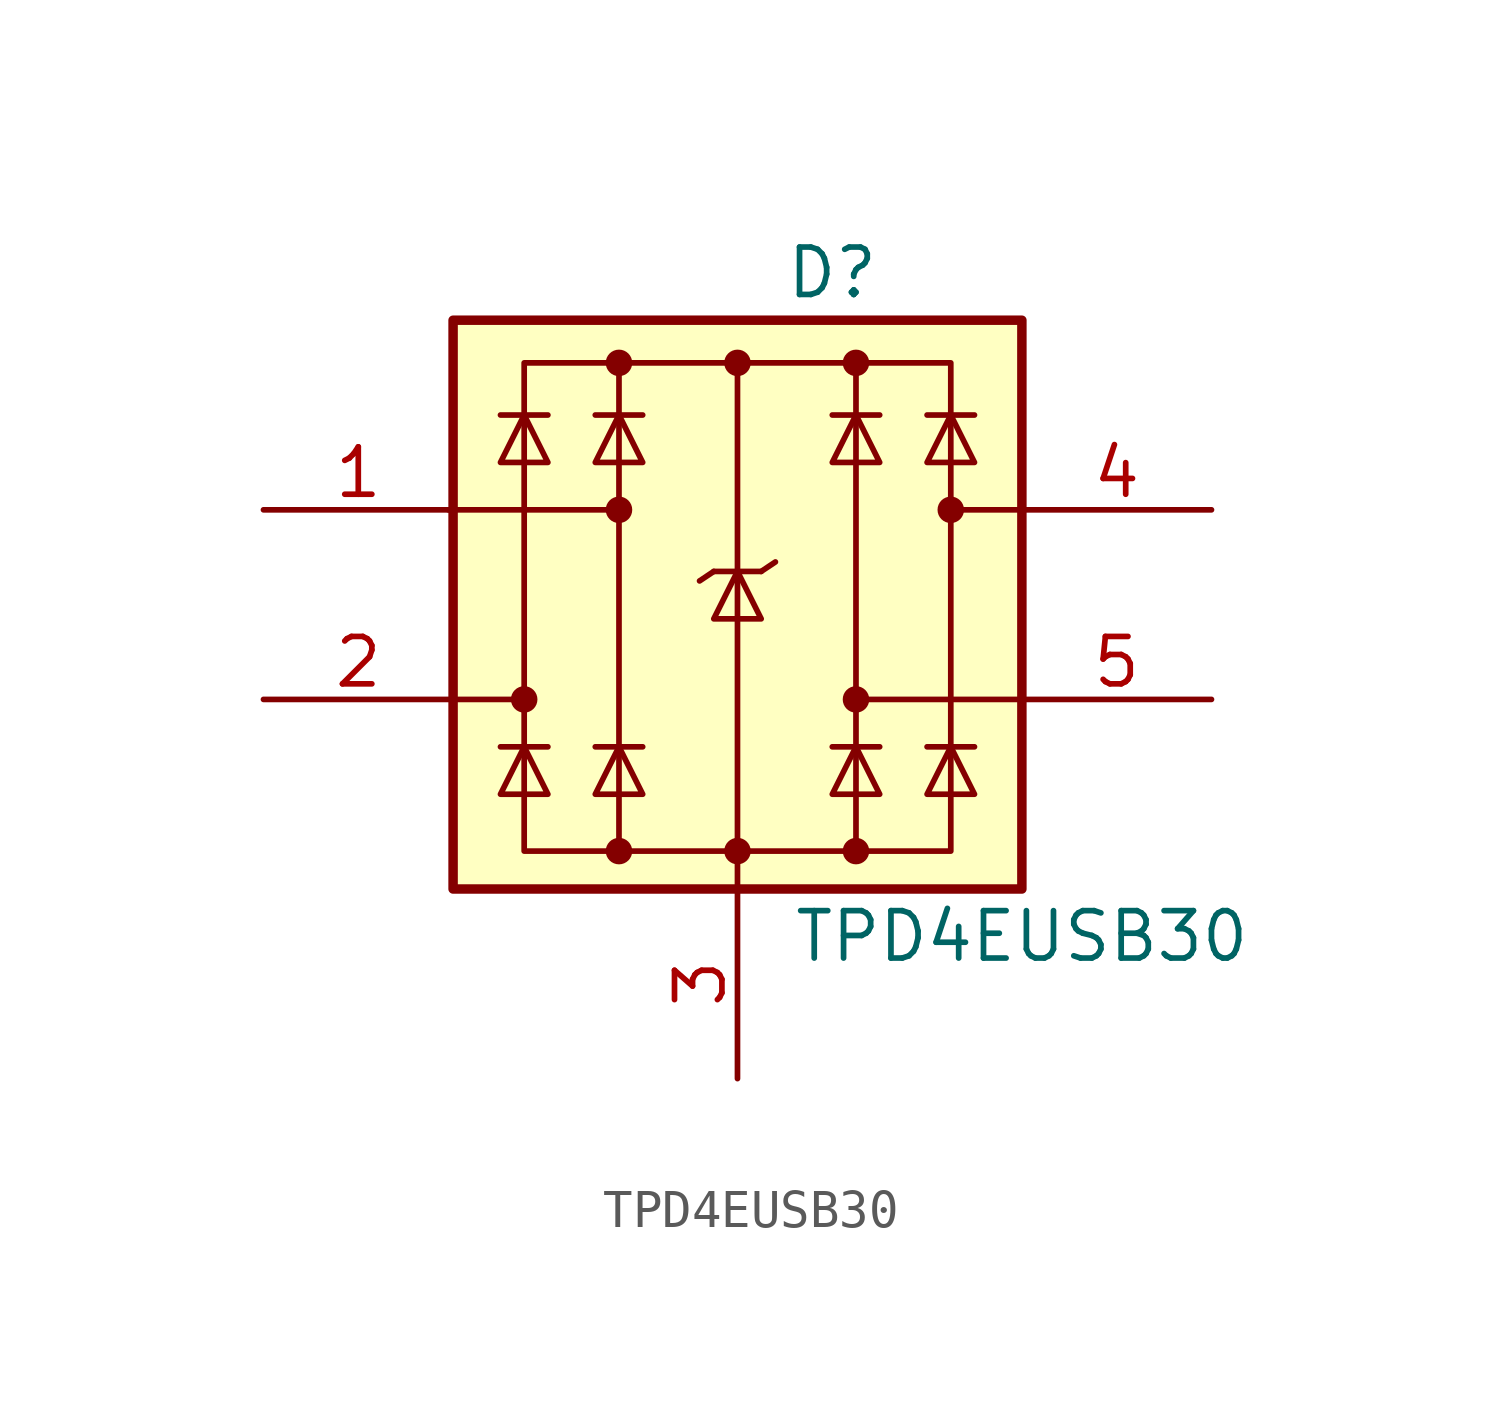
<source format=kicad_sym>
(kicad_symbol_lib
  (version 20220914)
  (generator kicad_symbol_editor)
  (symbol "TPD4EUSB30"
    (property "Reference" "D"
      (at 2.54 8.89 0)
      (effects (font (size 1.27 1.27))))
    (property "Value" "TPD4EUSB30"
      (at 7.62 -8.89 0)
      (effects (font (size 1.27 1.27))))
    (symbol "TPD4EUSB30_0_0"
      (rectangle (start -5.715 6.477) (end 5.715 -6.604) (stroke (width 0) (type default)) (fill (type none)))
      (polyline (pts (xy -3.175 -6.604) (xy -3.175 6.477)) (stroke (width 0) (type default)) (fill (type none)))
      (polyline (pts (xy 0 6.477) (xy 0 -6.604)) (stroke (width 0) (type default)) (fill (type none)))
      (polyline (pts (xy 3.175 6.477) (xy 3.175 -6.604)) (stroke (width 0) (type default)) (fill (type none))))
    (symbol "TPD4EUSB30_0_1"
      (rectangle (start -7.62 7.62) (end 7.62 -7.62) (stroke (width 0.254) (type default)) (fill (type background)))
      (circle (center -5.715 -2.54) (radius 0.279) (stroke (width 0) (type default)) (fill (type outline)))
      (circle (center -3.175 -6.604) (radius 0.279) (stroke (width 0) (type default)) (fill (type outline)))
      (circle (center -3.175 2.54) (radius 0.279) (stroke (width 0) (type default)) (fill (type outline)))
      (circle (center -3.175 6.477) (radius 0.279) (stroke (width 0) (type default)) (fill (type outline)))
      (circle (center 0 -6.604) (radius 0.279) (stroke (width 0) (type default)) (fill (type outline)))
      (polyline (pts (xy -7.747 2.54) (xy -3.175 2.54)) (stroke (width 0) (type default)) (fill (type none)))
      (polyline (pts (xy -7.62 -2.54) (xy -5.715 -2.54)) (stroke (width 0) (type default)) (fill (type none)))
      (polyline (pts (xy -5.08 -3.81) (xy -6.35 -3.81)) (stroke (width 0) (type default)) (fill (type none)))
      (polyline (pts (xy -5.08 5.08) (xy -6.35 5.08)) (stroke (width 0) (type default)) (fill (type none)))
      (polyline (pts (xy -2.54 -3.81) (xy -3.81 -3.81)) (stroke (width 0) (type default)) (fill (type none)))
      (polyline (pts (xy -2.54 5.08) (xy -3.81 5.08)) (stroke (width 0) (type default)) (fill (type none)))
      (polyline (pts (xy -0.635 0.889) (xy -1.016 0.635)) (stroke (width 0) (type default)) (fill (type none)))
      (polyline (pts (xy 0 -6.604) (xy 0 -7.62)) (stroke (width 0) (type default)) (fill (type none)))
      (polyline (pts (xy 0.635 0.889) (xy -0.635 0.889)) (stroke (width 0) (type default)) (fill (type none)))
      (polyline (pts (xy 0.635 0.889) (xy 1.016 1.143)) (stroke (width 0) (type default)) (fill (type none)))
      (polyline (pts (xy 3.81 -3.81) (xy 2.54 -3.81)) (stroke (width 0) (type default)) (fill (type none)))
      (polyline (pts (xy 3.81 5.08) (xy 2.54 5.08)) (stroke (width 0) (type default)) (fill (type none)))
      (polyline (pts (xy 6.35 -3.81) (xy 5.08 -3.81)) (stroke (width 0) (type default)) (fill (type none)))
      (polyline (pts (xy 6.35 5.08) (xy 5.08 5.08)) (stroke (width 0) (type default)) (fill (type none)))
      (polyline (pts (xy 7.62 -2.54) (xy 3.175 -2.54)) (stroke (width 0) (type default)) (fill (type none)))
      (polyline (pts (xy 7.62 2.54) (xy 5.715 2.54)) (stroke (width 0) (type default)) (fill (type none)))
      (polyline (pts (xy -5.08 -5.08) (xy -6.35 -5.08) (xy -5.715 -3.81) (xy -5.08 -5.08)) (stroke (width 0) (type default)) (fill (type none)))
      (polyline (pts (xy -5.08 3.81) (xy -6.35 3.81) (xy -5.715 5.08) (xy -5.08 3.81)) (stroke (width 0) (type default)) (fill (type none)))
      (polyline (pts (xy -2.54 -5.08) (xy -3.81 -5.08) (xy -3.175 -3.81) (xy -2.54 -5.08)) (stroke (width 0) (type default)) (fill (type none)))
      (polyline (pts (xy -2.54 3.81) (xy -3.81 3.81) (xy -3.175 5.08) (xy -2.54 3.81)) (stroke (width 0) (type default)) (fill (type none)))
      (polyline (pts (xy 0.635 -0.381) (xy -0.635 -0.381) (xy 0 0.889) (xy 0.635 -0.381)) (stroke (width 0) (type default)) (fill (type none)))
      (polyline (pts (xy 3.81 -5.08) (xy 2.54 -5.08) (xy 3.175 -3.81) (xy 3.81 -5.08)) (stroke (width 0) (type default)) (fill (type none)))
      (polyline (pts (xy 3.81 3.81) (xy 2.54 3.81) (xy 3.175 5.08) (xy 3.81 3.81)) (stroke (width 0) (type default)) (fill (type none)))
      (polyline (pts (xy 6.35 -5.08) (xy 5.08 -5.08) (xy 5.715 -3.81) (xy 6.35 -5.08)) (stroke (width 0) (type default)) (fill (type none)))
      (polyline (pts (xy 6.35 3.81) (xy 5.08 3.81) (xy 5.715 5.08) (xy 6.35 3.81)) (stroke (width 0) (type default)) (fill (type none)))
      (circle (center 0 6.477) (radius 0.279) (stroke (width 0) (type default)) (fill (type outline)))
      (circle (center 3.175 -6.604) (radius 0.279) (stroke (width 0) (type default)) (fill (type outline)))
      (circle (center 3.175 -2.54) (radius 0.279) (stroke (width 0) (type default)) (fill (type outline)))
      (circle (center 3.175 6.477) (radius 0.279) (stroke (width 0) (type default)) (fill (type outline)))
      (circle (center 5.715 2.54) (radius 0.279) (stroke (width 0) (type default)) (fill (type outline))))
    (symbol "TPD4EUSB30_1_1"
      (pin passive line (at -12.7 2.54 0) (length 5.08) (name "~" (effects (font (size 1.27 1.27)))) (number "1" (effects (font (size 1.27 1.27)))))
      (pin passive line (at -12.7 2.54 0) (length 5.08) hide (name "~" (effects (font (size 1.27 1.27)))) (number "10" (effects (font (size 1.27 1.27)))))
      (pin passive line (at -12.7 -2.54 0) (length 5.08) (name "~" (effects (font (size 1.27 1.27)))) (number "2" (effects (font (size 1.27 1.27)))))
      (pin power_in line (at 0 -12.7 90) (length 5.08) (name "~" (effects (font (size 1.27 1.27)))) (number "3" (effects (font (size 1.27 1.27)))))
      (pin passive line (at 12.7 2.54 180) (length 5.08) (name "~" (effects (font (size 1.27 1.27)))) (number "4" (effects (font (size 1.27 1.27)))))
      (pin passive line (at 12.7 -2.54 180) (length 5.08) (name "~" (effects (font (size 1.27 1.27)))) (number "5" (effects (font (size 1.27 1.27)))))
      (pin passive line (at 12.7 -2.54 180) (length 5.08) hide (name "~" (effects (font (size 1.27 1.27)))) (number "6" (effects (font (size 1.27 1.27)))))
      (pin passive line (at 12.7 2.54 180) (length 5.08) hide (name "~" (effects (font (size 1.27 1.27)))) (number "7" (effects (font (size 1.27 1.27)))))
      (pin passive line (at 0 -12.7 90) (length 5.08) hide (name "~" (effects (font (size 1.27 1.27)))) (number "8" (effects (font (size 1.27 1.27)))))
      (pin passive line (at -12.7 -2.54 0) (length 5.08) hide (name "~" (effects (font (size 1.27 1.27)))) (number "9" (effects (font (size 1.27 1.27))))))))
</source>
